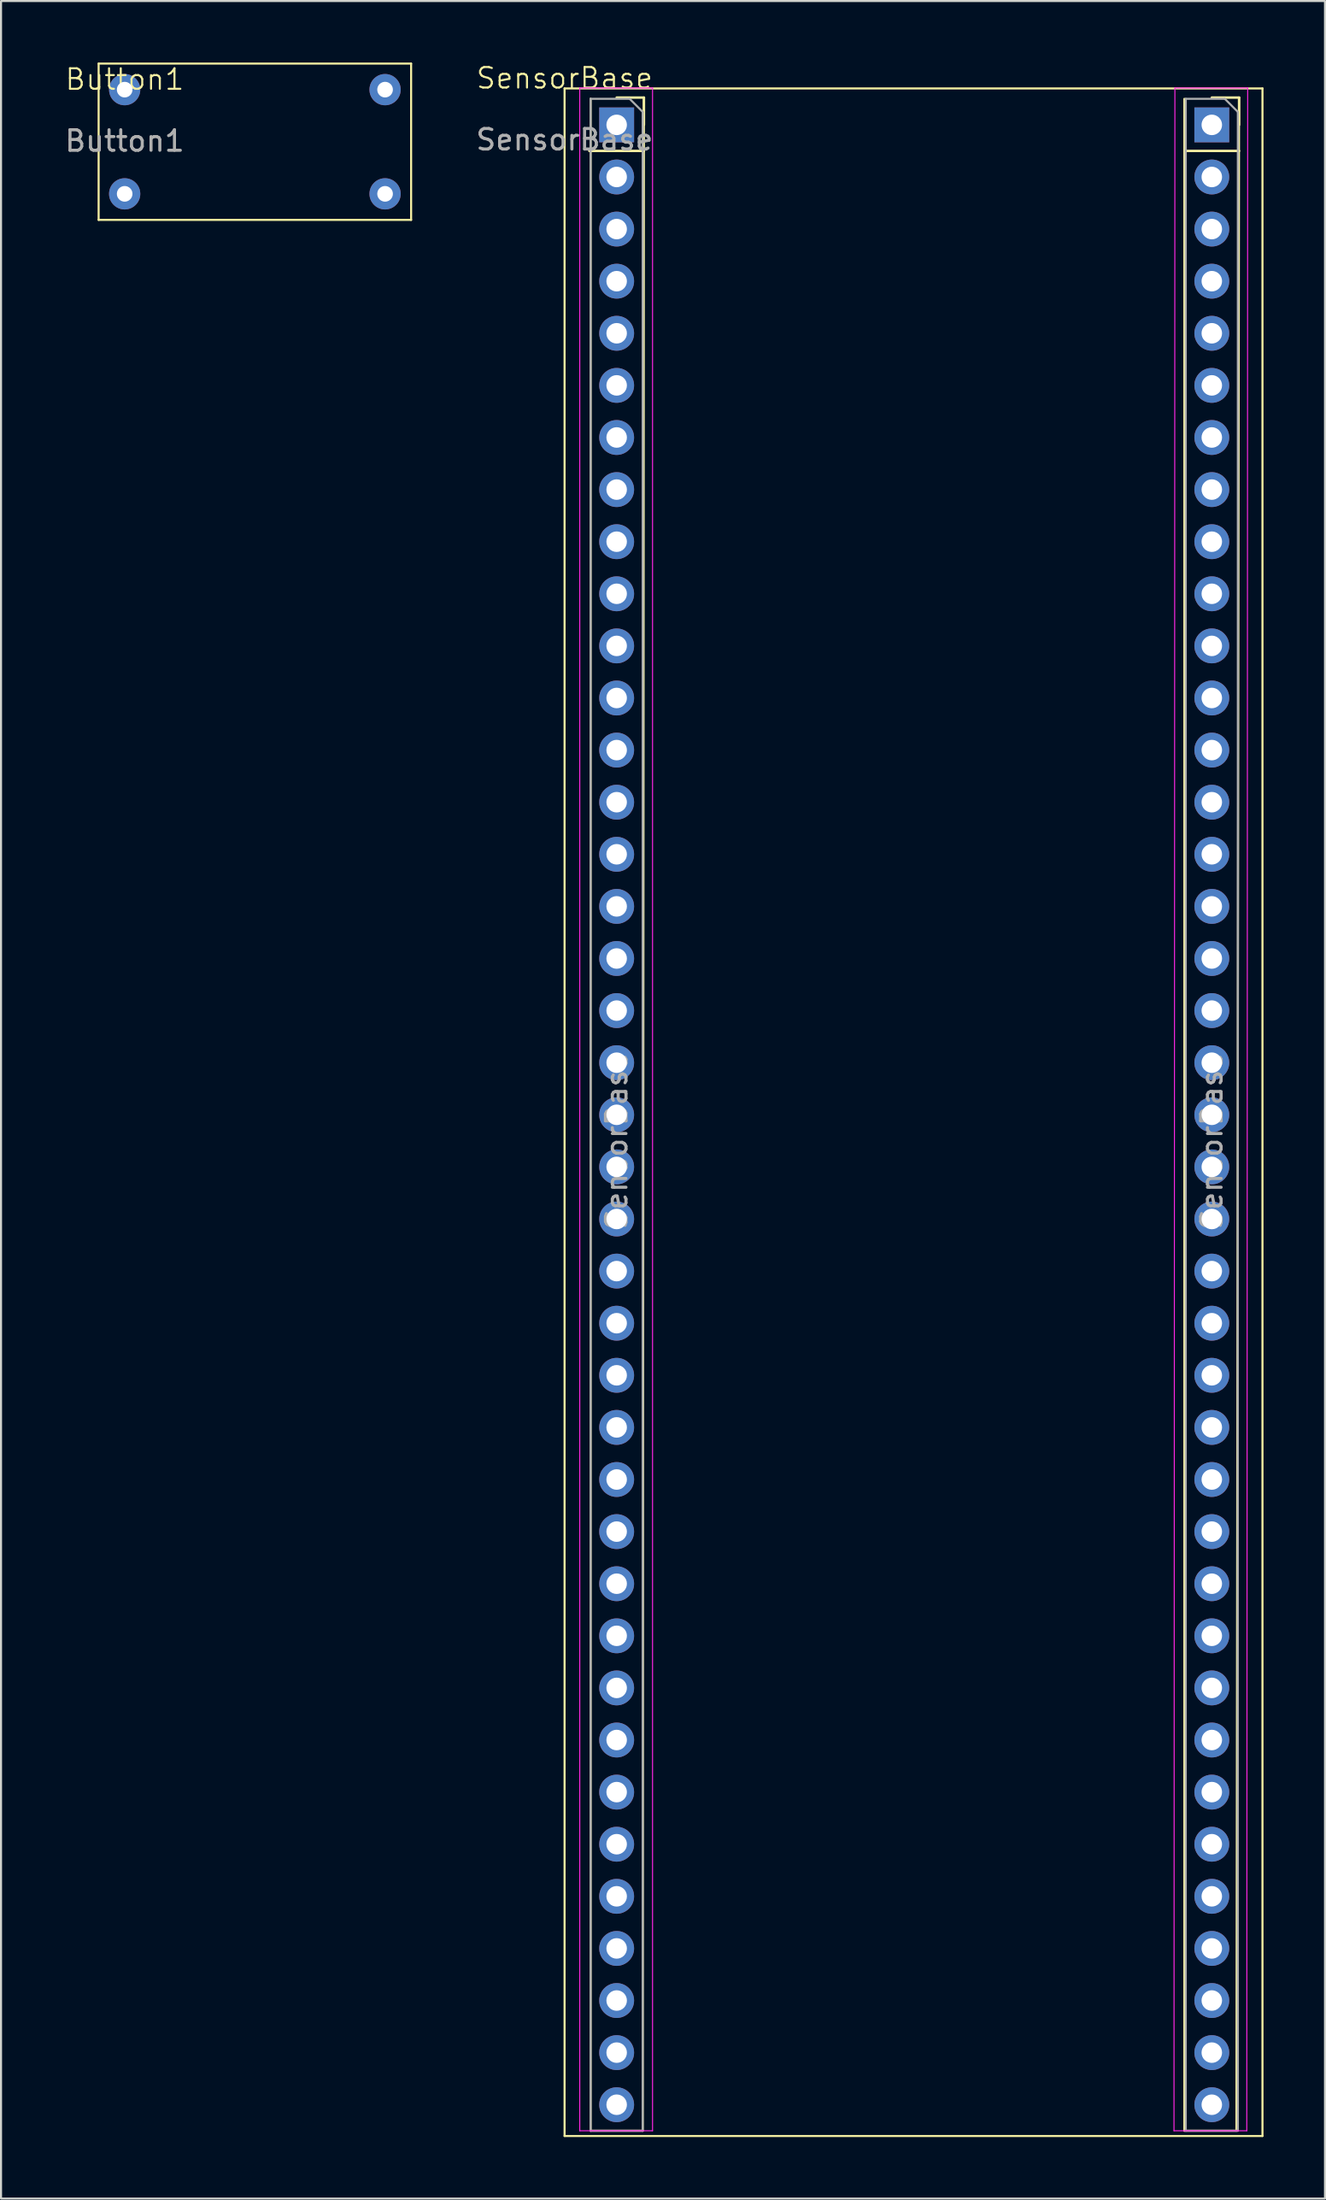
<source format=kicad_pcb>
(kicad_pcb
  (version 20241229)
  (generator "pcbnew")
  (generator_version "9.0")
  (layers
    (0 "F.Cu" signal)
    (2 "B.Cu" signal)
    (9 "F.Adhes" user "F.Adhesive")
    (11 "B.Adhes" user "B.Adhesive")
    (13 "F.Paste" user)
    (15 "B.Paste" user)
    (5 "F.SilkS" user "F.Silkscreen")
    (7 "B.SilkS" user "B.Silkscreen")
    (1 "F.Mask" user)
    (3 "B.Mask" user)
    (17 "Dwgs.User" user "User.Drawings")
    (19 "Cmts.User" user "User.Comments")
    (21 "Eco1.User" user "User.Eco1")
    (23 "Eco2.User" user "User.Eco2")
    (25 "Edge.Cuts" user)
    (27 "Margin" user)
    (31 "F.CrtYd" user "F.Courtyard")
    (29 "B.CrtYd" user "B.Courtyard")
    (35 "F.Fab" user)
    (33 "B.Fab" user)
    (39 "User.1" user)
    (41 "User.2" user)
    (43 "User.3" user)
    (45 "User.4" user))
  (footprint "SensorBase"
    (layer "F.Cu")
    (at 24.484 1.26)
    (property "Reference" "SensorBase" (at 0 -0.5 0) (unlocked yes) (layer "F.SilkS") (effects (font (size 1 1) (thickness 0.1))))
    (attr through_hole)
    (fp_line (start 0 0) (end 0 99.822) (stroke (width 0.1) (type default)) (layer "F.SilkS"))
    (fp_line (start 0 99.822) (end 34.036 99.822) (stroke (width 0.1) (type default)) (layer "F.SilkS"))
    (fp_line (start 1.21 3.048) (end 3.87 3.048) (stroke (width 0.12) (type solid)) (layer "F.SilkS"))
    (fp_line (start 1.27 0.508) (end 1.27 99.568) (stroke (width 0.1) (type default)) (layer "F.SilkS"))
    (fp_line (start 1.27 99.568) (end 3.81 99.568) (stroke (width 0.1) (type default)) (layer "F.SilkS"))
    (fp_line (start 2.54 0.448) (end 3.87 0.448) (stroke (width 0.12) (type solid)) (layer "F.SilkS"))
    (fp_line (start 3.81 99.568) (end 3.87 0.448) (stroke (width 0.1) (type default)) (layer "F.SilkS"))
    (fp_line (start 3.87 0.448) (end 3.87 1.778) (stroke (width 0.12) (type solid)) (layer "F.SilkS"))
    (fp_line (start 30.226 0.508) (end 30.226 99.568) (stroke (width 0.1) (type default)) (layer "F.SilkS"))
    (fp_line (start 30.226 99.568) (end 32.766 99.568) (stroke (width 0.1) (type default)) (layer "F.SilkS"))
    (fp_line (start 30.235 3.048) (end 32.895 3.048) (stroke (width 0.12) (type solid)) (layer "F.SilkS"))
    (fp_line (start 31.565 0.448) (end 32.895 0.448) (stroke (width 0.12) (type solid)) (layer "F.SilkS"))
    (fp_line (start 32.766 99.568) (end 32.895 0.448) (stroke (width 0.1) (type default)) (layer "F.SilkS"))
    (fp_line (start 32.895 0.448) (end 32.895 1.778) (stroke (width 0.12) (type solid)) (layer "F.SilkS"))
    (fp_line (start 34.036 0) (end 0 0) (stroke (width 0.1) (type default)) (layer "F.SilkS"))
    (fp_line (start 34.036 99.822) (end 34.036 0) (stroke (width 0.1) (type default)) (layer "F.SilkS"))
    (fp_line (start 0.74 -0.022) (end 4.29 -0.022) (stroke (width 0.05) (type solid)) (layer "F.CrtYd"))
    (fp_line (start 0.74 99.568) (end 0.74 -0.022) (stroke (width 0.05) (type solid)) (layer "F.CrtYd"))
    (fp_line (start 4.29 -0.022) (end 4.29 99.568) (stroke (width 0.05) (type solid)) (layer "F.CrtYd"))
    (fp_line (start 4.29 99.568) (end 0.74 99.568) (stroke (width 0.05) (type solid)) (layer "F.CrtYd"))
    (fp_line (start 29.721 99.568) (end 29.765 -0.022) (stroke (width 0.05) (type solid)) (layer "F.CrtYd"))
    (fp_line (start 29.765 -0.022) (end 33.315 -0.022) (stroke (width 0.05) (type solid)) (layer "F.CrtYd"))
    (fp_line (start 33.271 99.568) (end 29.721 99.568) (stroke (width 0.05) (type solid)) (layer "F.CrtYd"))
    (fp_line (start 33.315 -0.022) (end 33.271 99.568) (stroke (width 0.05) (type solid)) (layer "F.CrtYd"))
    (fp_line (start 1.27 0.508) (end 3.175 0.508) (stroke (width 0.1) (type solid)) (layer "F.Fab"))
    (fp_line (start 1.27 99.568) (end 1.27 0.508) (stroke (width 0.1) (type solid)) (layer "F.Fab"))
    (fp_line (start 3.175 0.508) (end 3.81 1.143) (stroke (width 0.1) (type solid)) (layer "F.Fab"))
    (fp_line (start 3.81 1.143) (end 3.81 99.568) (stroke (width 0.1) (type solid)) (layer "F.Fab"))
    (fp_line (start 3.81 99.568) (end 1.27 99.568) (stroke (width 0.1) (type solid)) (layer "F.Fab"))
    (fp_line (start 30.295 0.508) (end 32.2 0.508) (stroke (width 0.1) (type solid)) (layer "F.Fab"))
    (fp_line (start 30.295 99.568) (end 30.295 0.508) (stroke (width 0.1) (type solid)) (layer "F.Fab"))
    (fp_line (start 32.2 0.508) (end 32.835 1.143) (stroke (width 0.1) (type solid)) (layer "F.Fab"))
    (fp_line (start 32.835 1.143) (end 32.835 99.568) (stroke (width 0.1) (type solid)) (layer "F.Fab"))
    (fp_line (start 32.835 99.568) (end 30.295 99.568) (stroke (width 0.1) (type solid)) (layer "F.Fab"))
    (fp_text user "${REFERENCE}" (at 0 2.5 0) (unlocked yes) (layer "F.Fab") (effects (font (size 1 1) (thickness 0.15))))
    (fp_text user "${REFERENCE}" (at 31.565 51.308 90) (layer "F.Fab") (effects (font (size 1 1) (thickness 0.15))))
    (fp_text user "${REFERENCE}" (at 2.54 51.308 90) (layer "F.Fab") (effects (font (size 1 1) (thickness 0.15))))
    (pad "1" thru_hole rect (at 2.54 1.778) (size 1.7 1.7) (drill 1) (layers "*.Cu" "*.Mask"))
    (pad "2" thru_hole oval (at 2.54 4.318) (size 1.7 1.7) (drill 1) (layers "*.Cu" "*.Mask"))
    (pad "3" thru_hole oval (at 2.54 6.858) (size 1.7 1.7) (drill 1) (layers "*.Cu" "*.Mask"))
    (pad "4" thru_hole oval (at 2.54 9.398) (size 1.7 1.7) (drill 1) (layers "*.Cu" "*.Mask"))
    (pad "5" thru_hole oval (at 2.54 11.938) (size 1.7 1.7) (drill 1) (layers "*.Cu" "*.Mask"))
    (pad "6" thru_hole oval (at 2.54 14.478) (size 1.7 1.7) (drill 1) (layers "*.Cu" "*.Mask"))
    (pad "7" thru_hole oval (at 2.54 17.018) (size 1.7 1.7) (drill 1) (layers "*.Cu" "*.Mask"))
    (pad "8" thru_hole oval (at 2.54 19.558) (size 1.7 1.7) (drill 1) (layers "*.Cu" "*.Mask"))
    (pad "9" thru_hole oval (at 2.54 22.098) (size 1.7 1.7) (drill 1) (layers "*.Cu" "*.Mask"))
    (pad "10" thru_hole oval (at 2.54 24.638) (size 1.7 1.7) (drill 1) (layers "*.Cu" "*.Mask"))
    (pad "11" thru_hole oval (at 2.54 27.178) (size 1.7 1.7) (drill 1) (layers "*.Cu" "*.Mask"))
    (pad "12" thru_hole oval (at 2.54 29.718) (size 1.7 1.7) (drill 1) (layers "*.Cu" "*.Mask"))
    (pad "13" thru_hole oval (at 2.54 32.258) (size 1.7 1.7) (drill 1) (layers "*.Cu" "*.Mask"))
    (pad "14" thru_hole oval (at 2.54 34.798) (size 1.7 1.7) (drill 1) (layers "*.Cu" "*.Mask"))
    (pad "15" thru_hole oval (at 2.54 37.338) (size 1.7 1.7) (drill 1) (layers "*.Cu" "*.Mask"))
    (pad "16" thru_hole oval (at 2.54 39.878) (size 1.7 1.7) (drill 1) (layers "*.Cu" "*.Mask"))
    (pad "17" thru_hole oval (at 2.54 42.418) (size 1.7 1.7) (drill 1) (layers "*.Cu" "*.Mask"))
    (pad "18" thru_hole oval (at 2.54 44.958) (size 1.7 1.7) (drill 1) (layers "*.Cu" "*.Mask"))
    (pad "19" thru_hole oval (at 2.54 47.498) (size 1.7 1.7) (drill 1) (layers "*.Cu" "*.Mask"))
    (pad "20" thru_hole oval (at 2.54 50.038) (size 1.7 1.7) (drill 1) (layers "*.Cu" "*.Mask"))
    (pad "21" thru_hole oval (at 2.54 52.578) (size 1.7 1.7) (drill 1) (layers "*.Cu" "*.Mask"))
    (pad "22" thru_hole oval (at 2.54 55.118) (size 1.7 1.7) (drill 1) (layers "*.Cu" "*.Mask"))
    (pad "23" thru_hole oval (at 2.54 57.658) (size 1.7 1.7) (drill 1) (layers "*.Cu" "*.Mask"))
    (pad "24" thru_hole oval (at 2.54 60.198) (size 1.7 1.7) (drill 1) (layers "*.Cu" "*.Mask"))
    (pad "25" thru_hole oval (at 2.54 62.738) (size 1.7 1.7) (drill 1) (layers "*.Cu" "*.Mask"))
    (pad "26" thru_hole oval (at 2.54 65.278) (size 1.7 1.7) (drill 1) (layers "*.Cu" "*.Mask"))
    (pad "27" thru_hole oval (at 2.54 67.818) (size 1.7 1.7) (drill 1) (layers "*.Cu" "*.Mask"))
    (pad "28" thru_hole oval (at 2.54 70.358) (size 1.7 1.7) (drill 1) (layers "*.Cu" "*.Mask"))
    (pad "29" thru_hole oval (at 2.54 72.898) (size 1.7 1.7) (drill 1) (layers "*.Cu" "*.Mask"))
    (pad "30" thru_hole oval (at 2.54 75.438) (size 1.7 1.7) (drill 1) (layers "*.Cu" "*.Mask"))
    (pad "31" thru_hole oval (at 2.54 77.978) (size 1.7 1.7) (drill 1) (layers "*.Cu" "*.Mask"))
    (pad "32" thru_hole oval (at 2.54 80.518) (size 1.7 1.7) (drill 1) (layers "*.Cu" "*.Mask"))
    (pad "33" thru_hole oval (at 2.54 83.058) (size 1.7 1.7) (drill 1) (layers "*.Cu" "*.Mask"))
    (pad "34" thru_hole oval (at 2.54 85.598) (size 1.7 1.7) (drill 1) (layers "*.Cu" "*.Mask"))
    (pad "35" thru_hole oval (at 2.54 88.138) (size 1.7 1.7) (drill 1) (layers "*.Cu" "*.Mask"))
    (pad "36" thru_hole oval (at 2.54 90.678) (size 1.7 1.7) (drill 1) (layers "*.Cu" "*.Mask"))
    (pad "37" thru_hole oval (at 2.54 93.218) (size 1.7 1.7) (drill 1) (layers "*.Cu" "*.Mask"))
    (pad "38" thru_hole oval (at 2.54 95.758) (size 1.7 1.7) (drill 1) (layers "*.Cu" "*.Mask"))
    (pad "39" thru_hole oval (at 2.54 98.298) (size 1.7 1.7) (drill 1) (layers "*.Cu" "*.Mask"))
    (pad "40" thru_hole rect (at 31.565 1.778) (size 1.7 1.7) (drill 1) (layers "*.Cu" "*.Mask"))
    (pad "41" thru_hole oval (at 31.565 4.318) (size 1.7 1.7) (drill 1) (layers "*.Cu" "*.Mask"))
    (pad "42" thru_hole oval (at 31.565 6.858) (size 1.7 1.7) (drill 1) (layers "*.Cu" "*.Mask"))
    (pad "43" thru_hole oval (at 31.565 9.398) (size 1.7 1.7) (drill 1) (layers "*.Cu" "*.Mask"))
    (pad "44" thru_hole oval (at 31.565 11.938) (size 1.7 1.7) (drill 1) (layers "*.Cu" "*.Mask"))
    (pad "45" thru_hole oval (at 31.565 14.478) (size 1.7 1.7) (drill 1) (layers "*.Cu" "*.Mask"))
    (pad "46" thru_hole oval (at 31.565 17.018) (size 1.7 1.7) (drill 1) (layers "*.Cu" "*.Mask"))
    (pad "47" thru_hole oval (at 31.565 19.558) (size 1.7 1.7) (drill 1) (layers "*.Cu" "*.Mask"))
    (pad "48" thru_hole oval (at 31.565 22.098) (size 1.7 1.7) (drill 1) (layers "*.Cu" "*.Mask"))
    (pad "49" thru_hole oval (at 31.565 24.638) (size 1.7 1.7) (drill 1) (layers "*.Cu" "*.Mask"))
    (pad "50" thru_hole oval (at 31.565 27.178) (size 1.7 1.7) (drill 1) (layers "*.Cu" "*.Mask"))
    (pad "51" thru_hole oval (at 31.565 29.718) (size 1.7 1.7) (drill 1) (layers "*.Cu" "*.Mask"))
    (pad "52" thru_hole oval (at 31.565 32.258) (size 1.7 1.7) (drill 1) (layers "*.Cu" "*.Mask"))
    (pad "53" thru_hole oval (at 31.565 34.798) (size 1.7 1.7) (drill 1) (layers "*.Cu" "*.Mask"))
    (pad "54" thru_hole oval (at 31.565 37.338) (size 1.7 1.7) (drill 1) (layers "*.Cu" "*.Mask"))
    (pad "55" thru_hole oval (at 31.565 39.878) (size 1.7 1.7) (drill 1) (layers "*.Cu" "*.Mask"))
    (pad "56" thru_hole oval (at 31.565 42.418) (size 1.7 1.7) (drill 1) (layers "*.Cu" "*.Mask"))
    (pad "57" thru_hole oval (at 31.565 44.958) (size 1.7 1.7) (drill 1) (layers "*.Cu" "*.Mask"))
    (pad "58" thru_hole oval (at 31.565 47.498) (size 1.7 1.7) (drill 1) (layers "*.Cu" "*.Mask"))
    (pad "59" thru_hole oval (at 31.565 50.038) (size 1.7 1.7) (drill 1) (layers "*.Cu" "*.Mask"))
    (pad "60" thru_hole oval (at 31.565 52.578) (size 1.7 1.7) (drill 1) (layers "*.Cu" "*.Mask"))
    (pad "61" thru_hole oval (at 31.565 55.118) (size 1.7 1.7) (drill 1) (layers "*.Cu" "*.Mask"))
    (pad "62" thru_hole oval (at 31.565 57.658) (size 1.7 1.7) (drill 1) (layers "*.Cu" "*.Mask"))
    (pad "63" thru_hole oval (at 31.565 60.198) (size 1.7 1.7) (drill 1) (layers "*.Cu" "*.Mask"))
    (pad "64" thru_hole oval (at 31.565 62.738) (size 1.7 1.7) (drill 1) (layers "*.Cu" "*.Mask"))
    (pad "65" thru_hole oval (at 31.565 65.278) (size 1.7 1.7) (drill 1) (layers "*.Cu" "*.Mask"))
    (pad "66" thru_hole oval (at 31.565 67.818) (size 1.7 1.7) (drill 1) (layers "*.Cu" "*.Mask"))
    (pad "67" thru_hole oval (at 31.565 70.358) (size 1.7 1.7) (drill 1) (layers "*.Cu" "*.Mask"))
    (pad "68" thru_hole oval (at 31.565 72.898) (size 1.7 1.7) (drill 1) (layers "*.Cu" "*.Mask"))
    (pad "69" thru_hole oval (at 31.565 75.438) (size 1.7 1.7) (drill 1) (layers "*.Cu" "*.Mask"))
    (pad "70" thru_hole oval (at 31.565 77.978) (size 1.7 1.7) (drill 1) (layers "*.Cu" "*.Mask"))
    (pad "71" thru_hole oval (at 31.565 80.518) (size 1.7 1.7) (drill 1) (layers "*.Cu" "*.Mask"))
    (pad "72" thru_hole oval (at 31.565 83.058) (size 1.7 1.7) (drill 1) (layers "*.Cu" "*.Mask"))
    (pad "73" thru_hole oval (at 31.565 85.598) (size 1.7 1.7) (drill 1) (layers "*.Cu" "*.Mask"))
    (pad "74" thru_hole oval (at 31.565 88.138) (size 1.7 1.7) (drill 1) (layers "*.Cu" "*.Mask"))
    (pad "75" thru_hole oval (at 31.565 90.678) (size 1.7 1.7) (drill 1) (layers "*.Cu" "*.Mask"))
    (pad "76" thru_hole oval (at 31.565 93.218) (size 1.7 1.7) (drill 1) (layers "*.Cu" "*.Mask"))
    (pad "77" thru_hole oval (at 31.565 95.758) (size 1.7 1.7) (drill 1) (layers "*.Cu" "*.Mask"))
    (pad "78" thru_hole oval (at 31.565 98.298) (size 1.7 1.7) (drill 1) (layers "*.Cu" "*.Mask")))
  (footprint "Button1"
    (layer "F.Cu")
    (at 3.03 1.32)
    (property "Reference" "Button1" (at 0 -0.5 0) (unlocked yes) (layer "F.SilkS") (effects (font (size 1 1) (thickness 0.1))))
    (attr through_hole)
    (fp_line (start -1.27 -1.27) (end -1.27 6.35) (stroke (width 0.1) (type default)) (layer "F.SilkS"))
    (fp_line (start -1.27 -1.27) (end 13.97 -1.27) (stroke (width 0.1) (type default)) (layer "F.SilkS"))
    (fp_line (start -1.27 6.35) (end 13.97 6.35) (stroke (width 0.1) (type default)) (layer "F.SilkS"))
    (fp_line (start 13.97 6.35) (end 13.97 -1.27) (stroke (width 0.1) (type default)) (layer "F.SilkS"))
    (fp_text user "${REFERENCE}" (at 0 2.5 0) (unlocked yes) (layer "F.Fab") (effects (font (size 1 1) (thickness 0.15))))
    (pad "1" thru_hole circle (at 0 0) (size 1.524 1.524) (drill 0.762) (layers "*.Cu" "*.Mask"))
    (pad "2" thru_hole circle (at 12.7 0) (size 1.524 1.524) (drill 0.762) (layers "*.Cu" "*.Mask"))
    (pad "3" thru_hole circle (at 0 5.08) (size 1.524 1.524) (drill 0.762) (layers "*.Cu" "*.Mask"))
    (pad "4" thru_hole circle (at 12.7 5.08) (size 1.524 1.524) (drill 0.762) (layers "*.Cu" "*.Mask")))
  (gr_rect
    (start -3 -3)
    (end 61.57 104.132)
    (stroke (width 0.1) (type default))
    (fill no)
    (layer "Edge.Cuts")))
</source>
